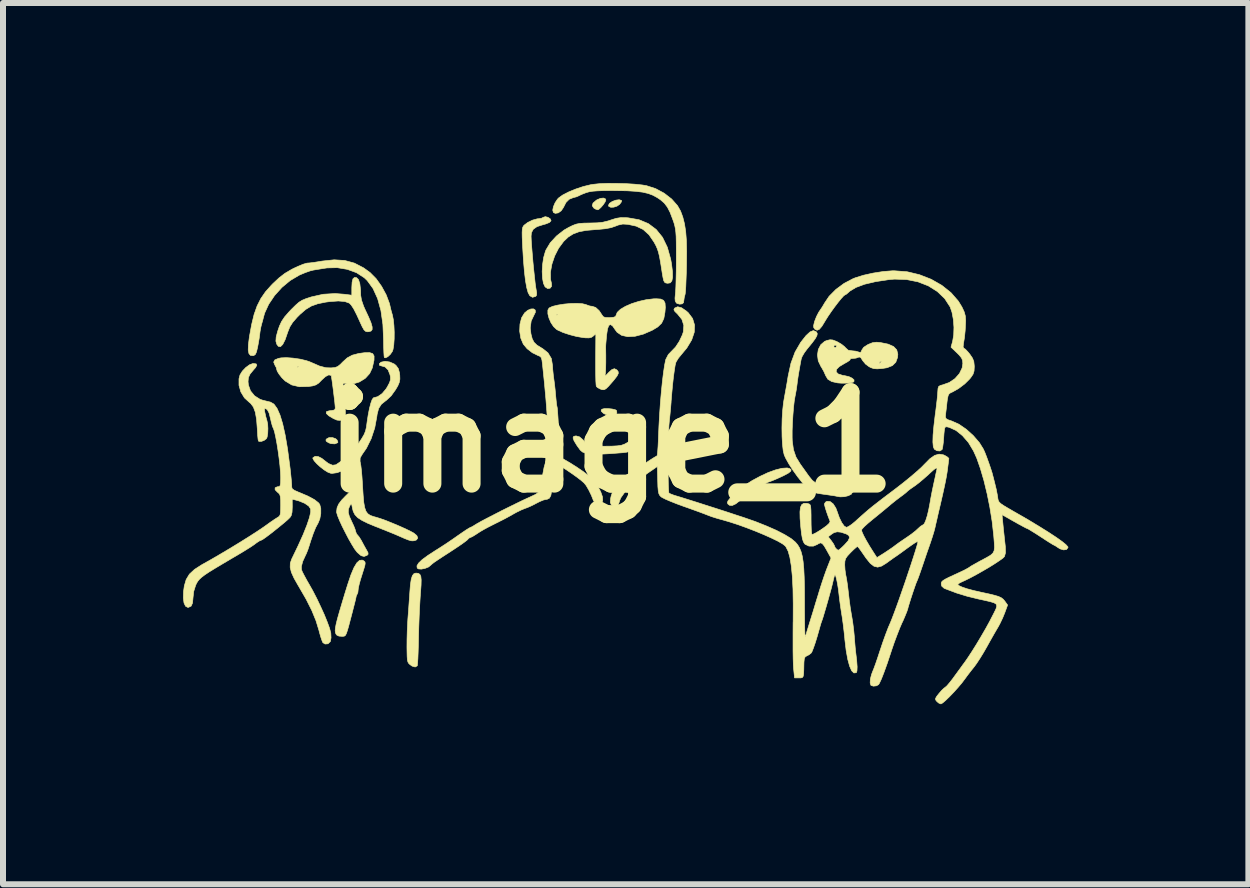
<source format=kicad_pcb>
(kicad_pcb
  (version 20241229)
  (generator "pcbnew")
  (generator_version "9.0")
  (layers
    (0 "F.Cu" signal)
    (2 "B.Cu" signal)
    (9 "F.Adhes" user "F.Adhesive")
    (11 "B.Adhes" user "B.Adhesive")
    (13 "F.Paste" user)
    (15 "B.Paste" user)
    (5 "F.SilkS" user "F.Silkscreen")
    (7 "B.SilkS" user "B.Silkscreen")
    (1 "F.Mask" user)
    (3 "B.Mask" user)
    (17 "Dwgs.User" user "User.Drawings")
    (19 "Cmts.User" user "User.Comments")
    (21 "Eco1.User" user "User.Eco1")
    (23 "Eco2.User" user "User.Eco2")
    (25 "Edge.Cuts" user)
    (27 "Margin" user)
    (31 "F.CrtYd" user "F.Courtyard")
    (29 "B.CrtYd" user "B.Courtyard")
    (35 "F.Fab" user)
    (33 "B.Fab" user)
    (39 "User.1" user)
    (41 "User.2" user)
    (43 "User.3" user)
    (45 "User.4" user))
  (footprint "image_1"
    (layer "F.Cu")
    (at 7.13 4.319)
    (property "Reference" "image_1" (at 0 0 0) (layer "F.SilkS") (effects (font (size 1.524 1.524) (thickness 0.3))))
    (attr through_hole)
    (fp_poly (pts (xy -4.587 -0.059) (xy -4.564 -0.038) (xy -4.55 -0.005) (xy -4.552 0.007) (xy -4.601 0.027) (xy -4.666 0.023) (xy -4.706 0.008) (xy -4.745 -0.018) (xy -4.749 -0.04) (xy -4.739 -0.055) (xy -4.697 -0.078) (xy -4.64 -0.078) (xy -4.587 -0.059)) (stroke (width 0.01) (type solid)) (fill yes) (layer "F.SilkS"))
    (fp_poly (pts (xy 3.907 -0.481) (xy 3.989 -0.465) (xy 4.032 -0.439) (xy 4.038 -0.401) (xy 4.036 -0.393) (xy 4.006 -0.368) (xy 3.955 -0.36) (xy 3.897 -0.368) (xy 3.85 -0.393) (xy 3.845 -0.399) (xy 3.812 -0.446) (xy 3.816 -0.474) (xy 3.857 -0.484) (xy 3.907 -0.481)) (stroke (width 0.01) (type solid)) (fill yes) (layer "F.SilkS"))
    (fp_poly (pts (xy 0.176 -4.029) (xy 0.177 -4.029) (xy 0.174 -4.005) (xy 0.147 -3.968) (xy 0.145 -3.965) (xy 0.1 -3.934) (xy 0.046 -3.917) (xy -0.003 -3.915) (xy -0.036 -3.93) (xy -0.042 -3.947) (xy -0.024 -3.981) (xy 0.022 -4.012) (xy 0.081 -4.034) (xy 0.137 -4.041) (xy 0.176 -4.029)) (stroke (width 0.01) (type solid)) (fill yes) (layer "F.SilkS"))
    (fp_poly (pts (xy -0.091 -4.054) (xy -0.085 -4.037) (xy -0.098 -4.003) (xy -0.13 -3.956) (xy -0.169 -3.911) (xy -0.204 -3.88) (xy -0.219 -3.873) (xy -0.257 -3.885) (xy -0.285 -3.902) (xy -0.312 -3.941) (xy -0.299 -3.985) (xy -0.245 -4.032) (xy -0.232 -4.04) (xy -0.175 -4.064) (xy -0.124 -4.069) (xy -0.091 -4.054)) (stroke (width 0.01) (type solid)) (fill yes) (layer "F.SilkS"))
    (fp_poly (pts (xy 0.02 -0.554) (xy 0.073 -0.541) (xy 0.091 -0.531) (xy 0.098 -0.5) (xy 0.094 -0.48) (xy 0.063 -0.453) (xy 0.009 -0.444) (xy -0.055 -0.451) (xy -0.114 -0.475) (xy -0.13 -0.486) (xy -0.162 -0.518) (xy -0.162 -0.538) (xy -0.148 -0.551) (xy -0.109 -0.561) (xy -0.047 -0.561) (xy 0.02 -0.554)) (stroke (width 0.01) (type solid)) (fill yes) (layer "F.SilkS"))
    (fp_poly (pts (xy 2.972 0.436) (xy 3.001 0.456) (xy 2.997 0.481) (xy 2.956 0.514) (xy 2.878 0.556) (xy 2.833 0.577) (xy 2.755 0.612) (xy 2.691 0.639) (xy 2.651 0.654) (xy 2.644 0.656) (xy 2.612 0.668) (xy 2.554 0.698) (xy 2.478 0.743) (xy 2.394 0.796) (xy 2.309 0.852) (xy 2.233 0.906) (xy 2.172 0.952) (xy 2.158 0.964) (xy 2.08 1.026) (xy 2.02 1.054) (xy 1.975 1.05) (xy 1.948 1.028) (xy 1.939 1.005) (xy 1.951 0.975) (xy 1.987 0.93) (xy 2.022 0.89) (xy 2.115 0.804) (xy 2.228 0.718) (xy 2.354 0.638) (xy 2.486 0.567) (xy 2.617 0.506) (xy 2.74 0.461) (xy 2.848 0.434) (xy 2.935 0.428) (xy 2.972 0.436)) (stroke (width 0.01) (type solid)) (fill yes) (layer "F.SilkS"))
    (fp_poly (pts (xy -3.211 2.184) (xy -3.184 2.201) (xy -3.168 2.235) (xy -3.162 2.293) (xy -3.164 2.381) (xy -3.173 2.505) (xy -3.174 2.513) (xy -3.181 2.62) (xy -3.189 2.758) (xy -3.196 2.915) (xy -3.202 3.078) (xy -3.206 3.236) (xy -3.206 3.244) (xy -3.209 3.38) (xy -3.213 3.502) (xy -3.217 3.604) (xy -3.222 3.678) (xy -3.226 3.72) (xy -3.228 3.725) (xy -3.262 3.745) (xy -3.313 3.73) (xy -3.347 3.706) (xy -3.369 3.686) (xy -3.383 3.662) (xy -3.392 3.626) (xy -3.396 3.569) (xy -3.398 3.483) (xy -3.399 3.415) (xy -3.398 3.284) (xy -3.394 3.137) (xy -3.387 2.998) (xy -3.383 2.932) (xy -3.373 2.81) (xy -3.364 2.678) (xy -3.355 2.557) (xy -3.352 2.508) (xy -3.342 2.377) (xy -3.328 2.284) (xy -3.309 2.223) (xy -3.283 2.19) (xy -3.25 2.18) (xy -3.25 2.18) (xy -3.211 2.184)) (stroke (width 0.01) (type solid)) (fill yes) (layer "F.SilkS"))
    (fp_poly (pts (xy -0.524 -0.09) (xy -0.465 -0.04) (xy -0.42 0.018) (xy -0.404 0.037) (xy -0.383 0.05) (xy -0.349 0.058) (xy -0.294 0.063) (xy -0.212 0.065) (xy -0.111 0.066) (xy 0.014 0.065) (xy 0.106 0.06) (xy 0.175 0.05) (xy 0.23 0.03) (xy 0.283 -0.000315) (xy 0.341 -0.044) (xy 0.343 -0.046) (xy 0.386 -0.075) (xy 0.416 -0.076) (xy 0.433 -0.064) (xy 0.46 -0.031) (xy 0.458 0.007) (xy 0.424 0.055) (xy 0.389 0.091) (xy 0.349 0.127) (xy 0.312 0.15) (xy 0.266 0.165) (xy 0.198 0.174) (xy 0.13 0.179) (xy -0.014 0.19) (xy -0.124 0.196) (xy -0.207 0.199) (xy -0.273 0.199) (xy -0.328 0.195) (xy -0.36 0.191) (xy -0.428 0.18) (xy -0.474 0.163) (xy -0.511 0.131) (xy -0.552 0.075) (xy -0.57 0.049) (xy -0.615 -0.025) (xy -0.632 -0.073) (xy -0.621 -0.098) (xy -0.583 -0.106) (xy -0.582 -0.106) (xy -0.524 -0.09)) (stroke (width 0.01) (type solid)) (fill yes) (layer "F.SilkS"))
    (fp_poly (pts (xy -4.118 1.976) (xy -4.101 1.991) (xy -4.095 2.012) (xy -4.099 2.046) (xy -4.115 2.103) (xy -4.143 2.191) (xy -4.146 2.201) (xy -4.175 2.293) (xy -4.197 2.375) (xy -4.21 2.436) (xy -4.212 2.455) (xy -4.217 2.503) (xy -4.227 2.527) (xy -4.243 2.559) (xy -4.247 2.578) (xy -4.254 2.613) (xy -4.27 2.678) (xy -4.292 2.763) (xy -4.308 2.826) (xy -4.344 2.963) (xy -4.371 3.066) (xy -4.392 3.138) (xy -4.408 3.185) (xy -4.422 3.213) (xy -4.435 3.227) (xy -4.451 3.232) (xy -4.472 3.234) (xy -4.478 3.234) (xy -4.532 3.23) (xy -4.567 3.214) (xy -4.582 3.195) (xy -4.591 3.172) (xy -4.595 3.139) (xy -4.591 3.092) (xy -4.579 3.029) (xy -4.558 2.944) (xy -4.527 2.834) (xy -4.486 2.695) (xy -4.434 2.522) (xy -4.387 2.371) (xy -4.333 2.21) (xy -4.283 2.091) (xy -4.235 2.01) (xy -4.189 1.968) (xy -4.144 1.963) (xy -4.118 1.976)) (stroke (width 0.01) (type solid)) (fill yes) (layer "F.SilkS"))
    (fp_poly (pts (xy -1.049 -3.748) (xy -1.012 -3.723) (xy -0.998 -3.692) (xy -0.999 -3.69) (xy -1.025 -3.662) (xy -1.094 -3.635) (xy -1.132 -3.625) (xy -1.232 -3.593) (xy -1.294 -3.55) (xy -1.325 -3.492) (xy -1.331 -3.433) (xy -1.328 -3.361) (xy -1.321 -3.259) (xy -1.311 -3.138) (xy -1.3 -3.007) (xy -1.287 -2.876) (xy -1.274 -2.755) (xy -1.263 -2.653) (xy -1.253 -2.58) (xy -1.25 -2.563) (xy -1.238 -2.491) (xy -1.24 -2.45) (xy -1.254 -2.431) (xy -1.306 -2.415) (xy -1.35 -2.44) (xy -1.353 -2.443) (xy -1.38 -2.492) (xy -1.403 -2.574) (xy -1.424 -2.691) (xy -1.442 -2.843) (xy -1.458 -3.033) (xy -1.472 -3.264) (xy -1.474 -3.305) (xy -1.479 -3.418) (xy -1.48 -3.496) (xy -1.477 -3.548) (xy -1.47 -3.581) (xy -1.457 -3.605) (xy -1.446 -3.617) (xy -1.387 -3.662) (xy -1.307 -3.701) (xy -1.228 -3.723) (xy -1.201 -3.725) (xy -1.153 -3.734) (xy -1.13 -3.747) (xy -1.094 -3.759) (xy -1.049 -3.748)) (stroke (width 0.01) (type solid)) (fill yes) (layer "F.SilkS"))
    (fp_poly (pts (xy -4.239 -2.743) (xy -4.207 -2.711) (xy -4.184 -2.64) (xy -4.172 -2.533) (xy -4.17 -2.449) (xy -4.157 -2.37) (xy -4.122 -2.268) (xy -4.098 -2.214) (xy -4.038 -2.086) (xy -3.998 -1.99) (xy -3.979 -1.922) (xy -3.979 -1.878) (xy -3.998 -1.853) (xy -4.037 -1.842) (xy -4.059 -1.841) (xy -4.088 -1.848) (xy -4.115 -1.873) (xy -4.144 -1.924) (xy -4.172 -1.984) (xy -4.235 -2.122) (xy -4.286 -2.222) (xy -4.328 -2.286) (xy -4.359 -2.318) (xy -4.434 -2.345) (xy -4.543 -2.354) (xy -4.683 -2.344) (xy -4.752 -2.335) (xy -4.885 -2.308) (xy -4.992 -2.27) (xy -5.085 -2.214) (xy -5.179 -2.133) (xy -5.23 -2.082) (xy -5.303 -1.998) (xy -5.351 -1.922) (xy -5.385 -1.837) (xy -5.387 -1.831) (xy -5.429 -1.709) (xy -5.469 -1.63) (xy -5.506 -1.593) (xy -5.542 -1.598) (xy -5.568 -1.633) (xy -5.583 -1.685) (xy -5.578 -1.755) (xy -5.553 -1.85) (xy -5.524 -1.935) (xy -5.488 -2.013) (xy -5.437 -2.089) (xy -5.363 -2.174) (xy -5.326 -2.213) (xy -5.254 -2.284) (xy -5.198 -2.333) (xy -5.145 -2.366) (xy -5.083 -2.392) (xy -5 -2.419) (xy -4.995 -2.421) (xy -4.795 -2.466) (xy -4.596 -2.478) (xy -4.44 -2.466) (xy -4.318 -2.45) (xy -4.318 -2.575) (xy -4.313 -2.667) (xy -4.299 -2.723) (xy -4.273 -2.746) (xy -4.239 -2.743)) (stroke (width 0.01) (type solid)) (fill yes) (layer "F.SilkS"))
    (fp_poly (pts (xy -1.262 -2.203) (xy -1.259 -2.166) (xy -1.276 -2.132) (xy -1.329 -2.021) (xy -1.345 -1.905) (xy -1.333 -1.805) (xy -1.312 -1.724) (xy -1.282 -1.666) (xy -1.234 -1.619) (xy -1.157 -1.571) (xy -1.142 -1.563) (xy -1.05 -1.49) (xy -0.993 -1.395) (xy -0.974 -1.281) (xy -0.974 -1.281) (xy -0.97 -1.211) (xy -0.961 -1.124) (xy -0.954 -1.069) (xy -0.942 -0.982) (xy -0.93 -0.875) (xy -0.921 -0.773) (xy -0.913 -0.693) (xy -0.906 -0.629) (xy -0.9 -0.594) (xy -0.898 -0.591) (xy -0.894 -0.565) (xy -0.889 -0.506) (xy -0.883 -0.421) (xy -0.877 -0.319) (xy -0.876 -0.298) (xy -0.872 -0.153) (xy -0.874 -0.045) (xy -0.885 0.03) (xy -0.905 0.078) (xy -0.936 0.101) (xy -0.966 0.106) (xy -1.008 0.096) (xy -1.025 0.079) (xy -1.029 0.051) (xy -1.035 -0.013) (xy -1.042 -0.105) (xy -1.05 -0.217) (xy -1.057 -0.339) (xy -1.066 -0.478) (xy -1.075 -0.602) (xy -1.084 -0.718) (xy -1.095 -0.838) (xy -1.107 -0.971) (xy -1.123 -1.127) (xy -1.141 -1.3) (xy -1.15 -1.371) (xy -1.162 -1.411) (xy -1.185 -1.433) (xy -1.217 -1.446) (xy -1.309 -1.491) (xy -1.397 -1.559) (xy -1.461 -1.636) (xy -1.503 -1.736) (xy -1.521 -1.851) (xy -1.516 -1.968) (xy -1.489 -2.074) (xy -1.439 -2.155) (xy -1.386 -2.199) (xy -1.334 -2.221) (xy -1.289 -2.222) (xy -1.262 -2.203)) (stroke (width 0.01) (type solid)) (fill yes) (layer "F.SilkS"))
    (fp_poly (pts (xy 0.25 -3.742) (xy 0.284 -3.74) (xy 0.467 -3.708) (xy 0.623 -3.643) (xy 0.754 -3.545) (xy 0.859 -3.415) (xy 0.939 -3.25) (xy 0.995 -3.051) (xy 1.009 -2.973) (xy 1.025 -2.843) (xy 1.027 -2.749) (xy 1.015 -2.689) (xy 0.988 -2.656) (xy 0.944 -2.649) (xy 0.937 -2.65) (xy 0.911 -2.655) (xy 0.893 -2.667) (xy 0.879 -2.694) (xy 0.867 -2.745) (xy 0.853 -2.826) (xy 0.845 -2.879) (xy 0.825 -3.005) (xy 0.808 -3.098) (xy 0.791 -3.168) (xy 0.772 -3.225) (xy 0.749 -3.277) (xy 0.718 -3.334) (xy 0.634 -3.457) (xy 0.537 -3.545) (xy 0.42 -3.601) (xy 0.282 -3.631) (xy 0.197 -3.636) (xy 0.121 -3.619) (xy 0.075 -3.601) (xy 0.002 -3.576) (xy -0.091 -3.558) (xy -0.213 -3.546) (xy -0.261 -3.543) (xy -0.414 -3.53) (xy -0.534 -3.507) (xy -0.63 -3.471) (xy -0.711 -3.42) (xy -0.786 -3.349) (xy -0.791 -3.343) (xy -0.873 -3.232) (xy -0.938 -3.104) (xy -0.984 -2.968) (xy -1.008 -2.835) (xy -1.007 -2.715) (xy -0.991 -2.648) (xy -0.989 -2.599) (xy -1.014 -2.567) (xy -1.055 -2.561) (xy -1.096 -2.588) (xy -1.097 -2.588) (xy -1.125 -2.648) (xy -1.141 -2.737) (xy -1.146 -2.846) (xy -1.139 -2.962) (xy -1.122 -3.077) (xy -1.093 -3.178) (xy -1.083 -3.204) (xy -1.011 -3.324) (xy -0.907 -3.437) (xy -0.782 -3.535) (xy -0.705 -3.579) (xy -0.636 -3.613) (xy -0.58 -3.634) (xy -0.522 -3.646) (xy -0.45 -3.651) (xy -0.35 -3.653) (xy -0.23 -3.656) (xy -0.137 -3.666) (xy -0.054 -3.686) (xy -0.002 -3.703) (xy 0.086 -3.731) (xy 0.163 -3.743) (xy 0.25 -3.742)) (stroke (width 0.01) (type solid)) (fill yes) (layer "F.SilkS"))
    (fp_poly (pts (xy 3.416 -1.844) (xy 3.428 -1.832) (xy 3.438 -1.808) (xy 3.431 -1.776) (xy 3.405 -1.728) (xy 3.356 -1.661) (xy 3.281 -1.569) (xy 3.27 -1.556) (xy 3.221 -1.49) (xy 3.184 -1.426) (xy 3.17 -1.386) (xy 3.159 -1.329) (xy 3.145 -1.251) (xy 3.137 -1.206) (xy 3.121 -1.112) (xy 3.106 -1.011) (xy 3.102 -0.974) (xy 3.09 -0.885) (xy 3.074 -0.796) (xy 3.067 -0.762) (xy 3.054 -0.685) (xy 3.042 -0.578) (xy 3.032 -0.452) (xy 3.024 -0.319) (xy 3.019 -0.192) (xy 3.019 -0.081) (xy 3.021 -0.021) (xy 3.041 0.124) (xy 3.083 0.247) (xy 3.154 0.363) (xy 3.16 0.372) (xy 3.212 0.444) (xy 3.271 0.527) (xy 3.302 0.57) (xy 3.354 0.634) (xy 3.414 0.68) (xy 3.492 0.713) (xy 3.593 0.736) (xy 3.727 0.751) (xy 3.767 0.755) (xy 3.88 0.765) (xy 3.957 0.78) (xy 4.001 0.799) (xy 4.02 0.825) (xy 4.022 0.837) (xy 4.003 0.867) (xy 3.954 0.891) (xy 3.888 0.907) (xy 3.818 0.91) (xy 3.757 0.899) (xy 3.728 0.893) (xy 3.667 0.884) (xy 3.586 0.872) (xy 3.547 0.867) (xy 3.455 0.853) (xy 3.392 0.839) (xy 3.346 0.819) (xy 3.303 0.788) (xy 3.259 0.749) (xy 3.19 0.675) (xy 3.112 0.577) (xy 3.034 0.468) (xy 2.964 0.36) (xy 2.91 0.263) (xy 2.887 0.211) (xy 2.87 0.139) (xy 2.858 0.033) (xy 2.851 -0.095) (xy 2.849 -0.238) (xy 2.852 -0.386) (xy 2.861 -0.529) (xy 2.875 -0.659) (xy 2.887 -0.73) (xy 2.908 -0.845) (xy 2.931 -0.973) (xy 2.95 -1.088) (xy 2.952 -1.101) (xy 2.999 -1.317) (xy 3.068 -1.503) (xy 3.162 -1.665) (xy 3.252 -1.779) (xy 3.318 -1.839) (xy 3.372 -1.861) (xy 3.416 -1.844)) (stroke (width 0.01) (type solid)) (fill yes) (layer "F.SilkS"))
    (fp_poly (pts (xy -4.436 -3.029) (xy -4.275 -2.985) (xy -4.122 -2.906) (xy -4.013 -2.827) (xy -3.914 -2.727) (xy -3.822 -2.598) (xy -3.745 -2.456) (xy -3.691 -2.313) (xy -3.675 -2.244) (xy -3.666 -2.205) (xy -3.649 -2.145) (xy -3.641 -2.117) (xy -3.626 -2.042) (xy -3.616 -1.943) (xy -3.611 -1.833) (xy -3.612 -1.722) (xy -3.619 -1.623) (xy -3.631 -1.547) (xy -3.641 -1.516) (xy -3.676 -1.465) (xy -3.718 -1.426) (xy -3.755 -1.407) (xy -3.775 -1.411) (xy -3.78 -1.436) (xy -3.784 -1.496) (xy -3.787 -1.581) (xy -3.789 -1.683) (xy -3.789 -1.702) (xy -3.8 -1.963) (xy -3.833 -2.194) (xy -3.888 -2.394) (xy -3.964 -2.561) (xy -4.06 -2.693) (xy -4.11 -2.741) (xy -4.239 -2.825) (xy -4.393 -2.881) (xy -4.56 -2.909) (xy -4.731 -2.905) (xy -4.772 -2.899) (xy -4.853 -2.886) (xy -4.932 -2.873) (xy -4.957 -2.869) (xy -5.014 -2.855) (xy -5.093 -2.827) (xy -5.179 -2.791) (xy -5.198 -2.782) (xy -5.345 -2.695) (xy -5.483 -2.58) (xy -5.605 -2.445) (xy -5.703 -2.299) (xy -5.771 -2.151) (xy -5.789 -2.085) (xy -5.806 -2.019) (xy -5.821 -1.968) (xy -5.834 -1.916) (xy -5.847 -1.843) (xy -5.851 -1.81) (xy -5.862 -1.727) (xy -5.879 -1.63) (xy -5.889 -1.577) (xy -5.907 -1.504) (xy -5.925 -1.464) (xy -5.95 -1.446) (xy -5.964 -1.443) (xy -6.006 -1.447) (xy -6.032 -1.477) (xy -6.044 -1.535) (xy -6.041 -1.626) (xy -6.025 -1.753) (xy -6.024 -1.76) (xy -5.987 -1.962) (xy -5.946 -2.13) (xy -5.896 -2.271) (xy -5.834 -2.394) (xy -5.757 -2.506) (xy -5.66 -2.615) (xy -5.635 -2.641) (xy -5.53 -2.739) (xy -5.433 -2.814) (xy -5.326 -2.877) (xy -5.292 -2.895) (xy -5.207 -2.934) (xy -5.132 -2.965) (xy -5.077 -2.982) (xy -5.061 -2.985) (xy -5.019 -2.988) (xy -4.947 -2.997) (xy -4.858 -3.011) (xy -4.81 -3.019) (xy -4.612 -3.04) (xy -4.436 -3.029)) (stroke (width 0.01) (type solid)) (fill yes) (layer "F.SilkS"))
    (fp_poly (pts (xy -3.97 -1.477) (xy -3.947 -1.437) (xy -3.948 -1.369) (xy -3.95 -1.359) (xy -3.977 -1.238) (xy -4.021 -1.145) (xy -4.088 -1.071) (xy -4.1 -1.061) (xy -4.193 -1.004) (xy -4.295 -0.973) (xy -4.392 -0.973) (xy -4.411 -0.977) (xy -4.45 -0.985) (xy -4.465 -0.975) (xy -4.462 -0.936) (xy -4.459 -0.915) (xy -4.452 -0.859) (xy -4.444 -0.775) (xy -4.435 -0.677) (xy -4.432 -0.627) (xy -4.426 -0.529) (xy -4.425 -0.466) (xy -4.429 -0.426) (xy -4.44 -0.403) (xy -4.456 -0.388) (xy -4.508 -0.364) (xy -4.565 -0.369) (xy -4.625 -0.395) (xy -4.702 -0.441) (xy -4.742 -0.479) (xy -4.743 -0.506) (xy -4.737 -0.511) (xy -4.696 -0.524) (xy -4.651 -0.529) (xy -4.606 -0.538) (xy -4.593 -0.567) (xy -4.596 -0.603) (xy -4.602 -0.668) (xy -4.612 -0.751) (xy -4.623 -0.844) (xy -4.635 -0.936) (xy -4.646 -1.017) (xy -4.655 -1.078) (xy -4.66 -1.11) (xy -4.661 -1.112) (xy -4.701 -1.123) (xy -4.756 -1.095) (xy -4.818 -1.039) (xy -4.87 -0.986) (xy -4.916 -0.956) (xy -4.971 -0.939) (xy -5.04 -0.929) (xy -5.191 -0.925) (xy -5.319 -0.955) (xy -5.428 -1.021) (xy -5.483 -1.075) (xy -5.528 -1.132) (xy -5.559 -1.181) (xy -5.567 -1.205) (xy -5.578 -1.248) (xy -5.585 -1.259) (xy -5.228 -1.259) (xy -5.218 -1.249) (xy -5.207 -1.259) (xy -5.218 -1.27) (xy -5.228 -1.259) (xy -5.585 -1.259) (xy -5.6 -1.287) (xy -5.62 -1.336) (xy -5.601 -1.372) (xy -5.542 -1.397) (xy -5.497 -1.406) (xy -5.408 -1.41) (xy -5.297 -1.402) (xy -5.18 -1.385) (xy -5.076 -1.36) (xy -5.023 -1.342) (xy -4.948 -1.31) (xy -4.868 -1.275) (xy -4.857 -1.27) (xy -4.75 -1.242) (xy -4.664 -1.239) (xy -4.599 -1.245) (xy -4.553 -1.262) (xy -4.508 -1.298) (xy -4.468 -1.339) (xy -4.394 -1.406) (xy -4.31 -1.451) (xy -4.204 -1.479) (xy -4.108 -1.492) (xy -4.022 -1.494) (xy -3.97 -1.477)) (stroke (width 0.01) (type solid)) (fill yes) (layer "F.SilkS"))
    (fp_poly (pts (xy 0.098 -4.313) (xy 0.252 -4.309) (xy 0.397 -4.3) (xy 0.522 -4.287) (xy 0.593 -4.275) (xy 0.744 -4.226) (xy 0.886 -4.15) (xy 1.011 -4.053) (xy 1.109 -3.942) (xy 1.16 -3.852) (xy 1.197 -3.752) (xy 1.225 -3.641) (xy 1.245 -3.513) (xy 1.257 -3.362) (xy 1.261 -3.181) (xy 1.259 -2.965) (xy 1.256 -2.829) (xy 1.251 -2.704) (xy 1.247 -2.599) (xy 1.242 -2.52) (xy 1.237 -2.474) (xy 1.236 -2.468) (xy 1.221 -2.41) (xy 1.217 -2.381) (xy 1.211 -2.34) (xy 1.209 -2.326) (xy 1.187 -2.306) (xy 1.145 -2.301) (xy 1.103 -2.312) (xy 1.089 -2.322) (xy 1.071 -2.353) (xy 1.067 -2.401) (xy 1.073 -2.463) (xy 1.078 -2.516) (xy 1.082 -2.603) (xy 1.085 -2.717) (xy 1.088 -2.851) (xy 1.089 -2.995) (xy 1.089 -3.059) (xy 1.089 -3.215) (xy 1.088 -3.336) (xy 1.086 -3.429) (xy 1.081 -3.5) (xy 1.074 -3.556) (xy 1.064 -3.605) (xy 1.051 -3.653) (xy 1.032 -3.707) (xy 1.03 -3.713) (xy 0.985 -3.831) (xy 0.94 -3.918) (xy 0.888 -3.986) (xy 0.821 -4.043) (xy 0.772 -4.076) (xy 0.701 -4.115) (xy 0.622 -4.145) (xy 0.528 -4.167) (xy 0.413 -4.181) (xy 0.271 -4.19) (xy 0.095 -4.193) (xy 0.025 -4.194) (xy -0.116 -4.193) (xy -0.223 -4.189) (xy -0.303 -4.183) (xy -0.364 -4.173) (xy -0.414 -4.159) (xy -0.419 -4.157) (xy -0.481 -4.133) (xy -0.527 -4.112) (xy -0.54 -4.105) (xy -0.574 -4.09) (xy -0.627 -4.076) (xy -0.628 -4.076) (xy -0.696 -4.049) (xy -0.749 -3.996) (xy -0.792 -3.912) (xy -0.829 -3.857) (xy -0.878 -3.822) (xy -0.928 -3.814) (xy -0.959 -3.829) (xy -0.97 -3.867) (xy -0.959 -3.924) (xy -0.931 -3.99) (xy -0.892 -4.049) (xy -0.874 -4.069) (xy -0.805 -4.119) (xy -0.706 -4.17) (xy -0.587 -4.219) (xy -0.461 -4.261) (xy -0.338 -4.291) (xy -0.294 -4.298) (xy -0.187 -4.309) (xy -0.053 -4.314) (xy 0.098 -4.313)) (stroke (width 0.01) (type solid)) (fill yes) (layer "F.SilkS"))
    (fp_poly (pts (xy 3.696 -1.704) (xy 3.751 -1.683) (xy 3.779 -1.67) (xy 3.843 -1.632) (xy 3.894 -1.591) (xy 3.911 -1.572) (xy 3.953 -1.534) (xy 4.015 -1.524) (xy 4.077 -1.518) (xy 4.126 -1.504) (xy 4.127 -1.503) (xy 4.158 -1.495) (xy 4.175 -1.52) (xy 4.178 -1.533) (xy 4.211 -1.582) (xy 4.282 -1.628) (xy 4.286 -1.63) (xy 4.359 -1.659) (xy 4.425 -1.667) (xy 4.491 -1.661) (xy 4.619 -1.635) (xy 4.709 -1.595) (xy 4.762 -1.539) (xy 4.78 -1.467) (xy 4.775 -1.413) (xy 4.746 -1.333) (xy 4.689 -1.277) (xy 4.601 -1.242) (xy 4.52 -1.229) (xy 4.437 -1.223) (xy 4.379 -1.227) (xy 4.33 -1.244) (xy 4.301 -1.259) (xy 4.242 -1.303) (xy 4.233 -1.314) (xy 4.471 -1.314) (xy 4.474 -1.312) (xy 4.494 -1.327) (xy 4.498 -1.333) (xy 4.503 -1.353) (xy 4.5 -1.355) (xy 4.481 -1.34) (xy 4.477 -1.333) (xy 4.471 -1.314) (xy 4.233 -1.314) (xy 4.196 -1.358) (xy 4.189 -1.369) (xy 4.161 -1.413) (xy 4.134 -1.421) (xy 4.126 -1.417) (xy 4.083 -1.402) (xy 4.034 -1.397) (xy 3.995 -1.393) (xy 3.987 -1.383) (xy 3.987 -1.382) (xy 3.978 -1.366) (xy 3.939 -1.339) (xy 3.892 -1.313) (xy 3.805 -1.261) (xy 3.758 -1.214) (xy 3.753 -1.172) (xy 3.787 -1.138) (xy 3.862 -1.114) (xy 3.896 -1.109) (xy 3.966 -1.093) (xy 4.02 -1.067) (xy 4.05 -1.039) (xy 4.049 -1.012) (xy 4.04 -1.003) (xy 3.997 -0.991) (xy 3.928 -0.985) (xy 3.846 -0.984) (xy 3.778 -0.989) (xy 3.679 -1.011) (xy 3.614 -1.05) (xy 3.578 -1.11) (xy 3.577 -1.112) (xy 3.549 -1.176) (xy 3.51 -1.246) (xy 3.498 -1.264) (xy 3.454 -1.356) (xy 3.441 -1.454) (xy 3.455 -1.547) (xy 3.479 -1.592) (xy 3.713 -1.592) (xy 3.716 -1.586) (xy 3.742 -1.575) (xy 3.748 -1.578) (xy 3.759 -1.604) (xy 3.756 -1.61) (xy 3.73 -1.621) (xy 3.724 -1.618) (xy 3.713 -1.592) (xy 3.479 -1.592) (xy 3.496 -1.625) (xy 3.561 -1.681) (xy 3.596 -1.695) (xy 3.65 -1.708) (xy 3.696 -1.704)) (stroke (width 0.01) (type solid)) (fill yes) (layer "F.SilkS"))
    (fp_poly (pts (xy 0.83 -2.386) (xy 0.877 -2.364) (xy 0.901 -2.32) (xy 0.906 -2.247) (xy 0.9 -2.168) (xy 0.881 -2.062) (xy 0.844 -1.984) (xy 0.78 -1.922) (xy 0.691 -1.868) (xy 0.54 -1.802) (xy 0.402 -1.766) (xy 0.28 -1.759) (xy 0.179 -1.781) (xy 0.102 -1.833) (xy 0.072 -1.873) (xy 0.028 -1.937) (xy -0.008 -1.962) (xy -0.036 -1.946) (xy -0.057 -1.889) (xy -0.072 -1.79) (xy -0.073 -1.782) (xy -0.08 -1.7) (xy -0.086 -1.632) (xy -0.088 -1.591) (xy -0.088 -1.587) (xy -0.086 -1.451) (xy -0.086 -1.33) (xy -0.088 -1.232) (xy -0.091 -1.164) (xy -0.094 -1.143) (xy -0.099 -1.112) (xy -0.091 -1.109) (xy -0.065 -1.133) (xy -0.042 -1.159) (xy 0.014 -1.21) (xy 0.057 -1.226) (xy 0.096 -1.207) (xy 0.102 -1.202) (xy 0.121 -1.175) (xy 0.122 -1.145) (xy 0.101 -1.103) (xy 0.055 -1.043) (xy 0.016 -0.997) (xy -0.043 -0.93) (xy -0.084 -0.891) (xy -0.116 -0.875) (xy -0.148 -0.876) (xy -0.183 -0.889) (xy -0.226 -0.913) (xy -0.244 -0.932) (xy -0.248 -0.959) (xy -0.252 -1.023) (xy -0.254 -1.115) (xy -0.255 -1.229) (xy -0.255 -1.358) (xy -0.255 -1.382) (xy -0.252 -1.808) (xy -0.295 -1.769) (xy -0.326 -1.748) (xy -0.366 -1.739) (xy -0.427 -1.74) (xy -0.47 -1.745) (xy -0.575 -1.763) (xy -0.69 -1.793) (xy -0.799 -1.829) (xy -0.885 -1.868) (xy -0.905 -1.879) (xy -0.956 -1.927) (xy -1 -1.993) (xy -1.033 -2.069) (xy -1.048 -2.127) (xy -0.91 -2.127) (xy -0.9 -2.117) (xy -0.889 -2.127) (xy -0.9 -2.138) (xy -0.91 -2.127) (xy -1.048 -2.127) (xy -1.051 -2.142) (xy -1.051 -2.202) (xy -1.031 -2.237) (xy -0.974 -2.264) (xy -0.887 -2.285) (xy -0.782 -2.302) (xy -0.67 -2.312) (xy -0.564 -2.314) (xy -0.475 -2.308) (xy -0.413 -2.293) (xy -0.409 -2.29) (xy -0.351 -2.27) (xy -0.312 -2.265) (xy -0.255 -2.246) (xy -0.197 -2.193) (xy -0.15 -2.122) (xy -0.128 -2.092) (xy -0.095 -2.079) (xy -0.035 -2.077) (xy -0.02 -2.077) (xy 0.045 -2.083) (xy 0.077 -2.096) (xy 0.085 -2.116) (xy 0.105 -2.165) (xy 0.159 -2.216) (xy 0.242 -2.265) (xy 0.346 -2.31) (xy 0.463 -2.347) (xy 0.587 -2.375) (xy 0.71 -2.39) (xy 0.756 -2.391) (xy 0.83 -2.386)) (stroke (width 0.01) (type solid)) (fill yes) (layer "F.SilkS"))
    (fp_poly (pts (xy -0.872 0.241) (xy -0.86 0.246) (xy -0.778 0.288) (xy -0.675 0.348) (xy -0.565 0.418) (xy -0.461 0.489) (xy -0.374 0.555) (xy -0.339 0.584) (xy -0.272 0.656) (xy -0.214 0.742) (xy -0.169 0.83) (xy -0.141 0.911) (xy -0.138 0.974) (xy -0.141 0.985) (xy -0.17 1.01) (xy -0.217 1.016) (xy -0.263 1.005) (xy -0.289 0.979) (xy -0.326 0.885) (xy -0.37 0.795) (xy -0.414 0.72) (xy -0.447 0.679) (xy -0.501 0.632) (xy -0.573 0.577) (xy -0.655 0.519) (xy -0.737 0.463) (xy -0.81 0.417) (xy -0.866 0.386) (xy -0.894 0.375) (xy -0.929 0.386) (xy -0.955 0.43) (xy -0.972 0.508) (xy -0.981 0.624) (xy -0.983 0.701) (xy -0.988 0.812) (xy -1.002 0.888) (xy -1.026 0.932) (xy -1.065 0.951) (xy -1.085 0.953) (xy -1.126 0.963) (xy -1.187 0.988) (xy -1.236 1.013) (xy -1.313 1.053) (xy -1.391 1.088) (xy -1.428 1.101) (xy -1.495 1.128) (xy -1.575 1.167) (xy -1.618 1.191) (xy -1.696 1.235) (xy -1.789 1.285) (xy -1.863 1.322) (xy -1.976 1.379) (xy -2.06 1.422) (xy -2.124 1.457) (xy -2.177 1.488) (xy -2.228 1.521) (xy -2.237 1.527) (xy -2.292 1.562) (xy -2.334 1.584) (xy -2.346 1.587) (xy -2.373 1.603) (xy -2.374 1.606) (xy -2.396 1.629) (xy -2.449 1.67) (xy -2.53 1.727) (xy -2.634 1.796) (xy -2.757 1.876) (xy -2.813 1.912) (xy -2.887 1.961) (xy -2.95 2.004) (xy -2.989 2.035) (xy -2.997 2.043) (xy -3.039 2.078) (xy -3.099 2.102) (xy -3.16 2.114) (xy -3.209 2.11) (xy -3.228 2.096) (xy -3.233 2.06) (xy -3.206 2.014) (xy -3.147 1.957) (xy -3.052 1.887) (xy -2.932 1.809) (xy -2.84 1.751) (xy -2.73 1.679) (xy -2.62 1.604) (xy -2.559 1.561) (xy -2.478 1.505) (xy -2.41 1.459) (xy -2.361 1.429) (xy -2.34 1.418) (xy -2.313 1.407) (xy -2.27 1.38) (xy -2.268 1.379) (xy -2.226 1.353) (xy -2.154 1.313) (xy -2.057 1.262) (xy -1.944 1.204) (xy -1.822 1.141) (xy -1.697 1.079) (xy -1.577 1.02) (xy -1.47 0.968) (xy -1.381 0.927) (xy -1.352 0.914) (xy -1.257 0.869) (xy -1.196 0.825) (xy -1.161 0.773) (xy -1.146 0.703) (xy -1.143 0.622) (xy -1.135 0.525) (xy -1.114 0.416) (xy -1.085 0.315) (xy -1.06 0.254) (xy -1.021 0.222) (xy -0.956 0.218) (xy -0.872 0.241)) (stroke (width 0.01) (type solid)) (fill yes) (layer "F.SilkS"))
    (fp_poly (pts (xy -3.685 -1.337) (xy -3.611 -1.304) (xy -3.581 -1.279) (xy -3.543 -1.227) (xy -3.524 -1.158) (xy -3.519 -1.116) (xy -3.517 -1.051) (xy -3.527 -0.998) (xy -3.551 -0.941) (xy -3.589 -0.876) (xy -3.662 -0.774) (xy -3.741 -0.7) (xy -3.754 -0.691) (xy -3.826 -0.633) (xy -3.871 -0.563) (xy -3.896 -0.467) (xy -3.902 -0.423) (xy -3.936 -0.239) (xy -3.995 -0.061) (xy -4.074 0.099) (xy -4.143 0.199) (xy -4.179 0.26) (xy -4.181 0.315) (xy -4.168 0.384) (xy -4.158 0.465) (xy -4.149 0.569) (xy -4.14 0.705) (xy -4.139 0.73) (xy -4.129 0.884) (xy -4.119 1.001) (xy -4.104 1.087) (xy -4.083 1.148) (xy -4.053 1.19) (xy -4.012 1.218) (xy -3.957 1.238) (xy -3.912 1.25) (xy -3.844 1.271) (xy -3.749 1.305) (xy -3.64 1.349) (xy -3.526 1.397) (xy -3.419 1.445) (xy -3.332 1.488) (xy -3.286 1.513) (xy -3.235 1.555) (xy -3.219 1.595) (xy -3.24 1.627) (xy -3.269 1.638) (xy -3.299 1.643) (xy -3.332 1.641) (xy -3.376 1.628) (xy -3.44 1.603) (xy -3.533 1.562) (xy -3.535 1.561) (xy -3.6 1.533) (xy -3.693 1.495) (xy -3.801 1.452) (xy -3.911 1.408) (xy -3.912 1.408) (xy -4.048 1.352) (xy -4.149 1.302) (xy -4.22 1.256) (xy -4.266 1.207) (xy -4.294 1.153) (xy -4.307 1.101) (xy -4.318 1.045) (xy -4.327 1.026) (xy -4.339 1.039) (xy -4.352 1.06) (xy -4.374 1.114) (xy -4.377 1.169) (xy -4.359 1.235) (xy -4.319 1.323) (xy -4.286 1.393) (xy -4.263 1.452) (xy -4.255 1.484) (xy -4.239 1.527) (xy -4.224 1.544) (xy -4.196 1.578) (xy -4.162 1.632) (xy -4.154 1.647) (xy -4.116 1.718) (xy -4.077 1.788) (xy -4.073 1.794) (xy -4.048 1.841) (xy -4.047 1.867) (xy -4.064 1.884) (xy -4.114 1.903) (xy -4.163 1.89) (xy -4.22 1.842) (xy -4.234 1.827) (xy -4.272 1.777) (xy -4.319 1.7) (xy -4.373 1.606) (xy -4.427 1.502) (xy -4.479 1.399) (xy -4.523 1.303) (xy -4.555 1.224) (xy -4.571 1.17) (xy -4.572 1.16) (xy -4.564 1.093) (xy -4.537 1.03) (xy -4.486 0.962) (xy -4.426 0.9) (xy -4.319 0.794) (xy -4.318 0.585) (xy -4.318 0.376) (xy -4.366 0.411) (xy -4.463 0.469) (xy -4.561 0.507) (xy -4.647 0.519) (xy -4.672 0.516) (xy -4.721 0.497) (xy -4.781 0.459) (xy -4.844 0.41) (xy -4.902 0.357) (xy -4.945 0.309) (xy -4.967 0.271) (xy -4.966 0.258) (xy -4.93 0.235) (xy -4.876 0.239) (xy -4.817 0.269) (xy -4.796 0.286) (xy -4.71 0.353) (xy -4.638 0.383) (xy -4.582 0.375) (xy -4.419 0.262) (xy -4.272 0.109) (xy -4.205 0.017) (xy -4.149 -0.067) (xy -4.112 -0.131) (xy -4.089 -0.189) (xy -4.074 -0.255) (xy -4.063 -0.339) (xy -4.045 -0.457) (xy -4.024 -0.563) (xy -4.001 -0.651) (xy -3.979 -0.712) (xy -3.958 -0.74) (xy -3.955 -0.741) (xy -3.886 -0.76) (xy -3.813 -0.811) (xy -3.748 -0.888) (xy -3.726 -0.923) (xy -3.69 -0.991) (xy -3.674 -1.04) (xy -3.674 -1.086) (xy -3.681 -1.123) (xy -3.713 -1.205) (xy -3.764 -1.255) (xy -3.814 -1.269) (xy -3.855 -1.281) (xy -3.86 -1.308) (xy -3.831 -1.334) (xy -3.764 -1.349) (xy -3.685 -1.337)) (stroke (width 0.01) (type solid)) (fill yes) (layer "F.SilkS"))
    (fp_poly (pts (xy -5.912 -1.306) (xy -5.901 -1.284) (xy -5.923 -1.243) (xy -5.956 -1.206) (xy -6.013 -1.137) (xy -6.041 -1.078) (xy -6.047 -1.01) (xy -6.041 -0.954) (xy -6.006 -0.856) (xy -5.939 -0.774) (xy -5.848 -0.716) (xy -5.804 -0.701) (xy -5.736 -0.684) (xy -5.677 -0.67) (xy -5.673 -0.669) (xy -5.616 -0.636) (xy -5.564 -0.565) (xy -5.515 -0.455) (xy -5.47 -0.307) (xy -5.428 -0.118) (xy -5.389 0.111) (xy -5.353 0.382) (xy -5.345 0.445) (xy -5.334 0.549) (xy -5.325 0.64) (xy -5.32 0.71) (xy -5.319 0.747) (xy -5.319 0.748) (xy -5.311 0.775) (xy -5.275 0.801) (xy -5.205 0.832) (xy -5.196 0.835) (xy -5.048 0.898) (xy -4.939 0.957) (xy -4.871 1.011) (xy -4.852 1.037) (xy -4.835 1.103) (xy -4.835 1.189) (xy -4.851 1.276) (xy -4.88 1.348) (xy -4.883 1.352) (xy -4.92 1.421) (xy -4.961 1.522) (xy -5.003 1.644) (xy -5.026 1.718) (xy -5.05 1.791) (xy -5.077 1.859) (xy -5.086 1.876) (xy -5.136 1.985) (xy -5.159 2.072) (xy -5.157 2.122) (xy -5.142 2.16) (xy -5.109 2.224) (xy -5.066 2.303) (xy -5.033 2.36) (xy -4.967 2.477) (xy -4.9 2.607) (xy -4.836 2.742) (xy -4.776 2.874) (xy -4.727 2.995) (xy -4.69 3.096) (xy -4.67 3.17) (xy -4.668 3.179) (xy -4.664 3.257) (xy -4.674 3.315) (xy -4.677 3.322) (xy -4.715 3.358) (xy -4.763 3.362) (xy -4.8 3.339) (xy -4.814 3.307) (xy -4.835 3.246) (xy -4.858 3.165) (xy -4.866 3.133) (xy -4.915 2.973) (xy -4.985 2.802) (xy -5.079 2.615) (xy -5.201 2.404) (xy -5.209 2.391) (xy -5.28 2.266) (xy -5.325 2.167) (xy -5.345 2.085) (xy -5.343 2.014) (xy -5.32 1.947) (xy -5.319 1.945) (xy -5.214 1.727) (xy -5.129 1.539) (xy -5.066 1.381) (xy -5.024 1.256) (xy -5.003 1.164) (xy -5.004 1.111) (xy -5.036 1.063) (xy -5.103 1.017) (xy -5.198 0.978) (xy -5.254 0.963) (xy -5.311 0.948) (xy -5.31 1.079) (xy -5.314 1.166) (xy -5.328 1.222) (xy -5.348 1.253) (xy -5.384 1.288) (xy -5.441 1.338) (xy -5.513 1.397) (xy -5.591 1.46) (xy -5.668 1.521) (xy -5.737 1.573) (xy -5.79 1.611) (xy -5.821 1.629) (xy -5.823 1.63) (xy -5.854 1.642) (xy -5.899 1.671) (xy -5.902 1.673) (xy -5.947 1.707) (xy -6.002 1.744) (xy -6.072 1.788) (xy -6.165 1.845) (xy -6.287 1.917) (xy -6.318 1.935) (xy -6.475 2.028) (xy -6.599 2.102) (xy -6.695 2.161) (xy -6.767 2.209) (xy -6.82 2.249) (xy -6.857 2.283) (xy -6.884 2.316) (xy -6.904 2.349) (xy -6.92 2.383) (xy -6.952 2.485) (xy -6.964 2.591) (xy -6.972 2.679) (xy -6.996 2.731) (xy -7.04 2.751) (xy -7.05 2.752) (xy -7.088 2.732) (xy -7.114 2.678) (xy -7.125 2.595) (xy -7.122 2.488) (xy -7.109 2.394) (xy -7.078 2.288) (xy -7.024 2.198) (xy -6.939 2.119) (xy -6.819 2.042) (xy -6.814 2.039) (xy -6.664 1.955) (xy -6.503 1.861) (xy -6.338 1.763) (xy -6.176 1.664) (xy -6.026 1.57) (xy -5.894 1.485) (xy -5.787 1.413) (xy -5.742 1.381) (xy -5.67 1.329) (xy -5.604 1.284) (xy -5.558 1.255) (xy -5.551 1.251) (xy -5.528 1.235) (xy -5.513 1.211) (xy -5.506 1.17) (xy -5.504 1.101) (xy -5.503 1.049) (xy -5.504 0.961) (xy -5.509 0.905) (xy -5.519 0.87) (xy -5.539 0.846) (xy -5.559 0.83) (xy -5.596 0.791) (xy -5.596 0.759) (xy -5.56 0.742) (xy -5.544 0.741) (xy -5.524 0.737) (xy -5.511 0.719) (xy -5.505 0.679) (xy -5.503 0.607) (xy -5.503 0.579) (xy -5.507 0.492) (xy -5.516 0.385) (xy -5.53 0.265) (xy -5.547 0.141) (xy -5.566 0.021) (xy -5.586 -0.086) (xy -5.605 -0.172) (xy -5.623 -0.228) (xy -5.631 -0.243) (xy -5.643 -0.274) (xy -5.659 -0.333) (xy -5.674 -0.398) (xy -5.697 -0.488) (xy -5.725 -0.54) (xy -5.74 -0.553) (xy -5.766 -0.563) (xy -5.774 -0.551) (xy -5.769 -0.507) (xy -5.766 -0.494) (xy -5.751 -0.426) (xy -5.735 -0.369) (xy -5.733 -0.364) (xy -5.72 -0.304) (xy -5.716 -0.227) (xy -5.719 -0.15) (xy -5.729 -0.087) (xy -5.741 -0.06) (xy -5.779 -0.031) (xy -5.825 -0.014) (xy -5.863 -0.014) (xy -5.874 -0.021) (xy -5.88 -0.049) (xy -5.886 -0.108) (xy -5.891 -0.189) (xy -5.893 -0.226) (xy -5.905 -0.382) (xy -5.926 -0.501) (xy -5.958 -0.587) (xy -6.002 -0.646) (xy -6.024 -0.664) (xy -6.107 -0.74) (xy -6.167 -0.839) (xy -6.198 -0.949) (xy -6.198 -1.058) (xy -6.181 -1.122) (xy -6.142 -1.185) (xy -6.085 -1.245) (xy -6.022 -1.291) (xy -5.966 -1.312) (xy -5.959 -1.312) (xy -5.912 -1.306)) (stroke (width 0.01) (type solid)) (fill yes) (layer "F.SilkS"))
    (fp_poly (pts (xy 4.935 -2.841) (xy 5.14 -2.792) (xy 5.335 -2.716) (xy 5.512 -2.615) (xy 5.665 -2.493) (xy 5.788 -2.352) (xy 5.848 -2.254) (xy 5.886 -2.172) (xy 5.905 -2.103) (xy 5.91 -2.027) (xy 5.909 -2) (xy 5.902 -1.859) (xy 5.89 -1.743) (xy 5.874 -1.646) (xy 5.868 -1.588) (xy 5.88 -1.566) (xy 5.881 -1.566) (xy 5.905 -1.551) (xy 5.944 -1.51) (xy 5.979 -1.468) (xy 6.024 -1.402) (xy 6.046 -1.346) (xy 6.053 -1.28) (xy 6.054 -1.258) (xy 6.05 -1.187) (xy 6.033 -1.133) (xy 5.995 -1.077) (xy 5.977 -1.055) (xy 5.895 -0.973) (xy 5.793 -0.896) (xy 5.691 -0.838) (xy 5.663 -0.826) (xy 5.636 -0.809) (xy 5.618 -0.776) (xy 5.606 -0.718) (xy 5.6 -0.674) (xy 5.591 -0.588) (xy 5.581 -0.508) (xy 5.576 -0.464) (xy 5.573 -0.421) (xy 5.583 -0.395) (xy 5.613 -0.376) (xy 5.675 -0.355) (xy 5.683 -0.352) (xy 5.8 -0.299) (xy 5.922 -0.215) (xy 6.038 -0.11) (xy 6.138 0.006) (xy 6.203 0.11) (xy 6.228 0.164) (xy 6.26 0.246) (xy 6.294 0.34) (xy 6.326 0.433) (xy 6.351 0.511) (xy 6.361 0.55) (xy 6.371 0.587) (xy 6.387 0.65) (xy 6.399 0.699) (xy 6.42 0.785) (xy 6.437 0.873) (xy 6.443 0.91) (xy 6.448 0.946) (xy 6.455 0.973) (xy 6.469 0.997) (xy 6.495 1.022) (xy 6.54 1.053) (xy 6.607 1.093) (xy 6.703 1.149) (xy 6.761 1.182) (xy 6.962 1.298) (xy 7.14 1.406) (xy 7.294 1.502) (xy 7.42 1.585) (xy 7.517 1.654) (xy 7.582 1.707) (xy 7.614 1.743) (xy 7.616 1.753) (xy 7.592 1.786) (xy 7.544 1.794) (xy 7.485 1.777) (xy 7.453 1.758) (xy 7.41 1.729) (xy 7.384 1.715) (xy 7.382 1.714) (xy 7.362 1.704) (xy 7.313 1.674) (xy 7.244 1.63) (xy 7.163 1.577) (xy 7.08 1.523) (xy 7.01 1.48) (xy 6.961 1.45) (xy 6.94 1.439) (xy 6.917 1.43) (xy 6.866 1.403) (xy 6.794 1.364) (xy 6.721 1.323) (xy 6.516 1.207) (xy 6.53 1.349) (xy 6.541 1.462) (xy 6.551 1.552) (xy 6.56 1.638) (xy 6.571 1.736) (xy 6.574 1.841) (xy 6.557 1.904) (xy 6.53 1.931) (xy 6.473 1.972) (xy 6.393 2.025) (xy 6.297 2.085) (xy 6.192 2.146) (xy 6.086 2.206) (xy 5.985 2.26) (xy 5.898 2.303) (xy 5.858 2.321) (xy 5.808 2.345) (xy 5.781 2.366) (xy 5.779 2.37) (xy 5.798 2.389) (xy 5.853 2.414) (xy 5.936 2.442) (xy 6.04 2.47) (xy 6.159 2.497) (xy 6.163 2.498) (xy 6.293 2.526) (xy 6.388 2.549) (xy 6.456 2.569) (xy 6.502 2.59) (xy 6.535 2.615) (xy 6.561 2.645) (xy 6.563 2.648) (xy 6.609 2.712) (xy 6.562 2.841) (xy 6.526 2.929) (xy 6.483 3.019) (xy 6.457 3.068) (xy 6.424 3.124) (xy 6.376 3.207) (xy 6.321 3.304) (xy 6.265 3.405) (xy 6.207 3.506) (xy 6.148 3.602) (xy 6.095 3.683) (xy 6.056 3.737) (xy 6 3.807) (xy 5.937 3.889) (xy 5.9 3.94) (xy 5.848 4.009) (xy 5.783 4.086) (xy 5.712 4.165) (xy 5.642 4.238) (xy 5.578 4.3) (xy 5.528 4.343) (xy 5.498 4.36) (xy 5.497 4.36) (xy 5.462 4.346) (xy 5.43 4.319) (xy 5.41 4.293) (xy 5.408 4.269) (xy 5.428 4.234) (xy 5.461 4.192) (xy 5.507 4.138) (xy 5.55 4.097) (xy 5.567 4.085) (xy 5.596 4.06) (xy 5.641 4.008) (xy 5.695 3.939) (xy 5.723 3.9) (xy 5.78 3.822) (xy 5.832 3.751) (xy 5.87 3.698) (xy 5.882 3.683) (xy 5.939 3.602) (xy 6.01 3.494) (xy 6.089 3.368) (xy 6.169 3.234) (xy 6.245 3.103) (xy 6.31 2.985) (xy 6.337 2.932) (xy 6.384 2.841) (xy 6.416 2.775) (xy 6.429 2.729) (xy 6.419 2.698) (xy 6.383 2.675) (xy 6.316 2.655) (xy 6.216 2.632) (xy 6.119 2.611) (xy 5.932 2.565) (xy 5.759 2.512) (xy 5.578 2.444) (xy 5.551 2.433) (xy 5.511 2.397) (xy 5.503 2.362) (xy 5.505 2.341) (xy 5.514 2.322) (xy 5.535 2.303) (xy 5.574 2.279) (xy 5.636 2.248) (xy 5.727 2.206) (xy 5.831 2.158) (xy 5.897 2.126) (xy 5.95 2.097) (xy 5.969 2.085) (xy 6.001 2.063) (xy 6.061 2.029) (xy 6.136 1.987) (xy 6.17 1.969) (xy 6.26 1.921) (xy 6.323 1.884) (xy 6.363 1.849) (xy 6.384 1.808) (xy 6.391 1.751) (xy 6.387 1.671) (xy 6.378 1.558) (xy 6.376 1.54) (xy 6.351 1.318) (xy 6.314 1.088) (xy 6.268 0.859) (xy 6.215 0.64) (xy 6.156 0.439) (xy 6.095 0.265) (xy 6.041 0.145) (xy 5.957 0.005) (xy 5.857 -0.11) (xy 5.749 -0.197) (xy 5.637 -0.248) (xy 5.599 -0.257) (xy 5.578 -0.257) (xy 5.564 -0.244) (xy 5.556 -0.209) (xy 5.549 -0.144) (xy 5.545 -0.085) (xy 5.538 0.001) (xy 5.529 0.071) (xy 5.52 0.115) (xy 5.517 0.122) (xy 5.481 0.145) (xy 5.431 0.141) (xy 5.388 0.115) (xy 5.371 0.074) (xy 5.364 -0.003) (xy 5.367 -0.119) (xy 5.381 -0.273) (xy 5.404 -0.468) (xy 5.41 -0.508) (xy 5.423 -0.614) (xy 5.435 -0.716) (xy 5.443 -0.801) (xy 5.445 -0.835) (xy 5.45 -0.898) (xy 5.462 -0.931) (xy 5.491 -0.947) (xy 5.529 -0.957) (xy 5.638 -0.996) (xy 5.733 -1.061) (xy 5.807 -1.145) (xy 5.852 -1.239) (xy 5.863 -1.31) (xy 5.859 -1.362) (xy 5.841 -1.405) (xy 5.803 -1.452) (xy 5.765 -1.49) (xy 5.666 -1.584) (xy 5.693 -1.681) (xy 5.711 -1.788) (xy 5.715 -1.915) (xy 5.705 -2.046) (xy 5.682 -2.167) (xy 5.652 -2.254) (xy 5.561 -2.394) (xy 5.438 -2.512) (xy 5.288 -2.606) (xy 5.116 -2.673) (xy 4.926 -2.711) (xy 4.725 -2.718) (xy 4.63 -2.71) (xy 4.408 -2.676) (xy 4.226 -2.633) (xy 4.083 -2.58) (xy 3.98 -2.518) (xy 3.957 -2.497) (xy 3.921 -2.466) (xy 3.899 -2.455) (xy 3.877 -2.439) (xy 3.837 -2.395) (xy 3.785 -2.331) (xy 3.727 -2.255) (xy 3.669 -2.175) (xy 3.616 -2.097) (xy 3.574 -2.03) (xy 3.567 -2.018) (xy 3.514 -1.931) (xy 3.471 -1.881) (xy 3.434 -1.866) (xy 3.4 -1.883) (xy 3.397 -1.885) (xy 3.379 -1.91) (xy 3.376 -1.941) (xy 3.388 -1.994) (xy 3.395 -2.018) (xy 3.425 -2.095) (xy 3.462 -2.167) (xy 3.475 -2.186) (xy 3.517 -2.248) (xy 3.553 -2.308) (xy 3.555 -2.313) (xy 3.635 -2.432) (xy 3.748 -2.546) (xy 3.883 -2.646) (xy 4.031 -2.724) (xy 4.07 -2.74) (xy 4.208 -2.783) (xy 4.37 -2.819) (xy 4.537 -2.845) (xy 4.69 -2.857) (xy 4.724 -2.857) (xy 4.935 -2.841)) (stroke (width 0.01) (type solid)) (fill yes) (layer "F.SilkS"))
    (fp_poly (pts (xy 1.176 -2.241) (xy 1.255 -2.187) (xy 1.288 -2.158) (xy 1.36 -2.062) (xy 1.393 -1.953) (xy 1.388 -1.833) (xy 1.345 -1.705) (xy 1.264 -1.571) (xy 1.172 -1.46) (xy 1.125 -1.403) (xy 1.089 -1.345) (xy 1.081 -1.328) (xy 1.069 -1.279) (xy 1.056 -1.196) (xy 1.041 -1.087) (xy 1.027 -0.958) (xy 1.014 -0.819) (xy 1.002 -0.676) (xy 1.002 -0.667) (xy 0.994 -0.567) (xy 0.983 -0.452) (xy 0.972 -0.349) (xy 0.966 -0.279) (xy 0.962 -0.182) (xy 0.958 -0.064) (xy 0.955 0.069) (xy 0.953 0.209) (xy 0.952 0.349) (xy 0.952 0.485) (xy 0.954 0.608) (xy 0.956 0.712) (xy 0.96 0.791) (xy 0.964 0.838) (xy 0.967 0.848) (xy 0.996 0.862) (xy 1.051 0.883) (xy 1.101 0.898) (xy 1.174 0.92) (xy 1.282 0.954) (xy 1.416 0.996) (xy 1.571 1.046) (xy 1.741 1.1) (xy 1.917 1.157) (xy 2.095 1.216) (xy 2.212 1.254) (xy 2.41 1.323) (xy 2.593 1.396) (xy 2.757 1.468) (xy 2.894 1.539) (xy 3.002 1.605) (xy 3.073 1.664) (xy 3.111 1.709) (xy 3.142 1.76) (xy 3.167 1.821) (xy 3.187 1.896) (xy 3.202 1.99) (xy 3.213 2.106) (xy 3.22 2.25) (xy 3.224 2.424) (xy 3.225 2.635) (xy 3.225 2.773) (xy 3.226 2.912) (xy 3.227 3.034) (xy 3.229 3.131) (xy 3.232 3.201) (xy 3.236 3.237) (xy 3.24 3.239) (xy 3.252 3.198) (xy 3.273 3.127) (xy 3.301 3.036) (xy 3.33 2.942) (xy 3.369 2.817) (xy 3.411 2.677) (xy 3.452 2.544) (xy 3.472 2.477) (xy 3.508 2.363) (xy 3.548 2.243) (xy 3.586 2.136) (xy 3.603 2.092) (xy 3.667 1.929) (xy 3.596 1.801) (xy 3.553 1.727) (xy 3.52 1.687) (xy 3.49 1.676) (xy 3.456 1.691) (xy 3.438 1.703) (xy 3.372 1.731) (xy 3.299 1.73) (xy 3.237 1.701) (xy 3.226 1.691) (xy 3.206 1.658) (xy 3.189 1.605) (xy 3.184 1.574) (xy 3.62 1.574) (xy 3.673 1.643) (xy 3.706 1.69) (xy 3.724 1.724) (xy 3.725 1.73) (xy 3.739 1.76) (xy 3.768 1.789) (xy 3.789 1.799) (xy 3.81 1.785) (xy 3.85 1.75) (xy 3.89 1.711) (xy 3.951 1.643) (xy 3.975 1.591) (xy 3.964 1.554) (xy 3.921 1.528) (xy 3.833 1.499) (xy 3.77 1.492) (xy 3.718 1.505) (xy 3.683 1.527) (xy 3.62 1.574) (xy 3.184 1.574) (xy 3.175 1.524) (xy 3.163 1.413) (xy 3.151 1.267) (xy 3.149 1.159) (xy 3.158 1.084) (xy 3.179 1.039) (xy 3.213 1.018) (xy 3.263 1.018) (xy 3.288 1.024) (xy 3.308 1.031) (xy 3.321 1.046) (xy 3.328 1.076) (xy 3.332 1.129) (xy 3.334 1.213) (xy 3.334 1.278) (xy 3.335 1.375) (xy 3.338 1.457) (xy 3.343 1.514) (xy 3.349 1.536) (xy 3.372 1.531) (xy 3.42 1.507) (xy 3.485 1.467) (xy 3.495 1.461) (xy 4.175 1.461) (xy 4.183 1.494) (xy 4.21 1.554) (xy 4.254 1.636) (xy 4.309 1.73) (xy 4.372 1.83) (xy 4.388 1.855) (xy 4.432 1.922) (xy 4.55 1.848) (xy 4.626 1.798) (xy 4.7 1.747) (xy 4.741 1.716) (xy 4.801 1.672) (xy 4.877 1.62) (xy 4.932 1.583) (xy 5.005 1.532) (xy 5.074 1.478) (xy 5.112 1.443) (xy 5.157 1.402) (xy 5.193 1.379) (xy 5.201 1.376) (xy 5.222 1.356) (xy 5.246 1.301) (xy 5.272 1.219) (xy 5.296 1.116) (xy 5.315 1.016) (xy 5.33 0.929) (xy 5.351 0.82) (xy 5.374 0.711) (xy 5.379 0.688) (xy 5.399 0.597) (xy 5.416 0.517) (xy 5.429 0.461) (xy 5.432 0.447) (xy 5.431 0.429) (xy 5.415 0.431) (xy 5.379 0.457) (xy 5.32 0.51) (xy 5.288 0.54) (xy 5.21 0.609) (xy 5.134 0.673) (xy 5.07 0.722) (xy 5.048 0.737) (xy 4.993 0.775) (xy 4.952 0.806) (xy 4.942 0.815) (xy 4.914 0.841) (xy 4.864 0.88) (xy 4.826 0.908) (xy 4.753 0.963) (xy 4.673 1.027) (xy 4.632 1.062) (xy 4.571 1.113) (xy 4.491 1.179) (xy 4.403 1.251) (xy 4.357 1.288) (xy 4.284 1.349) (xy 4.224 1.403) (xy 4.186 1.444) (xy 4.175 1.461) (xy 3.495 1.461) (xy 3.514 1.448) (xy 3.592 1.392) (xy 3.636 1.351) (xy 3.651 1.322) (xy 3.649 1.313) (xy 3.621 1.24) (xy 3.593 1.161) (xy 3.571 1.091) (xy 3.558 1.041) (xy 3.556 1.029) (xy 3.574 0.998) (xy 3.6 0.984) (xy 3.652 0.988) (xy 3.703 1.027) (xy 3.747 1.096) (xy 3.767 1.149) (xy 3.805 1.256) (xy 3.846 1.34) (xy 3.887 1.397) (xy 3.923 1.418) (xy 3.925 1.418) (xy 3.958 1.404) (xy 4.012 1.368) (xy 4.076 1.315) (xy 4.096 1.296) (xy 4.164 1.235) (xy 4.227 1.179) (xy 4.291 1.124) (xy 4.363 1.065) (xy 4.449 0.998) (xy 4.554 0.917) (xy 4.684 0.819) (xy 4.758 0.763) (xy 4.875 0.672) (xy 4.988 0.58) (xy 5.089 0.494) (xy 5.171 0.42) (xy 5.223 0.367) (xy 5.314 0.275) (xy 5.394 0.219) (xy 5.467 0.198) (xy 5.538 0.209) (xy 5.563 0.22) (xy 5.608 0.247) (xy 5.629 0.268) (xy 5.63 0.27) (xy 5.627 0.297) (xy 5.62 0.355) (xy 5.61 0.431) (xy 5.609 0.445) (xy 5.6 0.506) (xy 5.589 0.573) (xy 5.574 0.652) (xy 5.554 0.747) (xy 5.528 0.865) (xy 5.494 1.013) (xy 5.451 1.196) (xy 5.451 1.196) (xy 5.431 1.285) (xy 5.411 1.37) (xy 5.398 1.429) (xy 5.381 1.493) (xy 5.355 1.577) (xy 5.327 1.662) (xy 5.298 1.746) (xy 5.26 1.854) (xy 5.221 1.969) (xy 5.196 2.043) (xy 5.163 2.139) (xy 5.134 2.222) (xy 5.111 2.284) (xy 5.099 2.312) (xy 5.083 2.35) (xy 5.059 2.418) (xy 5.03 2.503) (xy 5 2.594) (xy 4.973 2.68) (xy 4.952 2.75) (xy 4.945 2.779) (xy 4.929 2.825) (xy 4.9 2.896) (xy 4.864 2.98) (xy 4.848 3.012) (xy 4.811 3.098) (xy 4.767 3.211) (xy 4.72 3.337) (xy 4.676 3.465) (xy 4.667 3.493) (xy 4.605 3.68) (xy 4.551 3.83) (xy 4.507 3.943) (xy 4.473 4.016) (xy 4.459 4.038) (xy 4.424 4.058) (xy 4.374 4.064) (xy 4.334 4.052) (xy 4.332 4.05) (xy 4.319 4.011) (xy 4.322 3.946) (xy 4.342 3.869) (xy 4.358 3.826) (xy 4.38 3.772) (xy 4.411 3.688) (xy 4.446 3.585) (xy 4.482 3.475) (xy 4.487 3.461) (xy 4.528 3.338) (xy 4.574 3.21) (xy 4.619 3.092) (xy 4.657 3.004) (xy 4.682 2.942) (xy 4.716 2.853) (xy 4.757 2.742) (xy 4.803 2.614) (xy 4.851 2.476) (xy 4.901 2.332) (xy 4.949 2.189) (xy 4.995 2.052) (xy 5.036 1.926) (xy 5.07 1.819) (xy 5.096 1.734) (xy 5.111 1.678) (xy 5.114 1.656) (xy 5.1 1.657) (xy 5.07 1.673) (xy 5.019 1.707) (xy 4.941 1.762) (xy 4.877 1.809) (xy 4.815 1.854) (xy 4.76 1.893) (xy 4.742 1.905) (xy 4.698 1.935) (xy 4.637 1.979) (xy 4.586 2.016) (xy 4.51 2.063) (xy 4.444 2.081) (xy 4.383 2.066) (xy 4.321 2.018) (xy 4.252 1.933) (xy 4.212 1.875) (xy 4.167 1.81) (xy 4.131 1.761) (xy 4.109 1.737) (xy 4.107 1.736) (xy 4.087 1.75) (xy 4.046 1.786) (xy 3.994 1.837) (xy 3.94 1.895) (xy 3.91 1.938) (xy 3.898 1.982) (xy 3.895 2.041) (xy 3.895 2.043) (xy 3.9 2.127) (xy 3.912 2.21) (xy 3.917 2.233) (xy 3.928 2.293) (xy 3.941 2.379) (xy 3.953 2.478) (xy 3.958 2.519) (xy 3.971 2.634) (xy 3.988 2.758) (xy 4.006 2.868) (xy 4.01 2.889) (xy 4.028 2.998) (xy 4.044 3.123) (xy 4.055 3.236) (xy 4.055 3.238) (xy 4.062 3.33) (xy 4.069 3.413) (xy 4.075 3.472) (xy 4.076 3.482) (xy 4.094 3.632) (xy 4.102 3.742) (xy 4.099 3.811) (xy 4.088 3.84) (xy 4.048 3.844) (xy 4.011 3.808) (xy 3.977 3.732) (xy 3.946 3.619) (xy 3.919 3.47) (xy 3.897 3.286) (xy 3.896 3.268) (xy 3.883 3.147) (xy 3.868 3.022) (xy 3.852 2.909) (xy 3.842 2.847) (xy 3.826 2.743) (xy 3.811 2.633) (xy 3.8 2.54) (xy 3.8 2.54) (xy 3.789 2.448) (xy 3.775 2.359) (xy 3.76 2.285) (xy 3.746 2.232) (xy 3.734 2.209) (xy 3.731 2.21) (xy 3.72 2.236) (xy 3.707 2.287) (xy 3.704 2.301) (xy 3.692 2.352) (xy 3.672 2.432) (xy 3.645 2.531) (xy 3.615 2.639) (xy 3.584 2.747) (xy 3.555 2.845) (xy 3.532 2.922) (xy 3.516 2.97) (xy 3.514 2.974) (xy 3.498 3.02) (xy 3.479 3.086) (xy 3.472 3.111) (xy 3.438 3.231) (xy 3.405 3.339) (xy 3.374 3.428) (xy 3.35 3.489) (xy 3.337 3.511) (xy 3.3 3.541) (xy 3.266 3.558) (xy 3.237 3.575) (xy 3.222 3.605) (xy 3.216 3.662) (xy 3.215 3.688) (xy 3.213 3.791) (xy 3.21 3.859) (xy 3.203 3.9) (xy 3.19 3.919) (xy 3.168 3.926) (xy 3.135 3.926) (xy 3.133 3.926) (xy 3.059 3.926) (xy 3.043 3.768) (xy 3.039 3.705) (xy 3.036 3.607) (xy 3.034 3.481) (xy 3.034 3.334) (xy 3.034 3.174) (xy 3.035 3.006) (xy 3.036 2.985) (xy 3.037 2.695) (xy 3.033 2.445) (xy 3.022 2.235) (xy 3.005 2.061) (xy 2.982 1.922) (xy 2.953 1.817) (xy 2.916 1.744) (xy 2.903 1.727) (xy 2.859 1.693) (xy 2.781 1.648) (xy 2.676 1.597) (xy 2.551 1.541) (xy 2.412 1.483) (xy 2.267 1.427) (xy 2.121 1.374) (xy 1.982 1.329) (xy 1.856 1.292) (xy 1.85 1.291) (xy 1.762 1.266) (xy 1.676 1.239) (xy 1.618 1.217) (xy 1.569 1.198) (xy 1.49 1.168) (xy 1.388 1.131) (xy 1.274 1.09) (xy 1.208 1.067) (xy 1.094 1.025) (xy 0.991 0.984) (xy 0.907 0.948) (xy 0.85 0.919) (xy 0.833 0.907) (xy 0.811 0.883) (xy 0.797 0.853) (xy 0.788 0.808) (xy 0.782 0.74) (xy 0.779 0.639) (xy 0.779 0.633) (xy 0.773 0.404) (xy 0.613 0.514) (xy 0.45 0.633) (xy 0.32 0.742) (xy 0.224 0.841) (xy 0.164 0.926) (xy 0.147 0.967) (xy 0.126 1.033) (xy 0.106 1.065) (xy 0.078 1.072) (xy 0.047 1.066) (xy 0.006 1.044) (xy -0.011 1.002) (xy -0.005 0.933) (xy 0.004 0.893) (xy 0.022 0.841) (xy 0.053 0.789) (xy 0.1 0.732) (xy 0.17 0.664) (xy 0.266 0.581) (xy 0.36 0.504) (xy 0.421 0.458) (xy 0.496 0.403) (xy 0.577 0.346) (xy 0.654 0.295) (xy 0.719 0.254) (xy 0.76 0.23) (xy 0.767 0.228) (xy 0.773 0.206) (xy 0.779 0.149) (xy 0.785 0.065) (xy 0.79 -0.039) (xy 0.792 -0.095) (xy 0.8 -0.28) (xy 0.811 -0.471) (xy 0.824 -0.661) (xy 0.84 -0.844) (xy 0.857 -1.012) (xy 0.875 -1.16) (xy 0.893 -1.28) (xy 0.91 -1.366) (xy 0.915 -1.383) (xy 0.956 -1.462) (xy 1.009 -1.517) (xy 1.076 -1.586) (xy 1.139 -1.682) (xy 1.189 -1.788) (xy 1.206 -1.839) (xy 1.214 -1.946) (xy 1.182 -2.047) (xy 1.109 -2.137) (xy 1.109 -2.137) (xy 1.065 -2.18) (xy 1.049 -2.208) (xy 1.057 -2.23) (xy 1.064 -2.237) (xy 1.112 -2.258) (xy 1.176 -2.241)) (stroke (width 0.01) (type solid)) (fill yes) (layer "F.SilkS")))
  (gr_rect
    (start -3 -3)
    (end 17.751 11.684)
    (stroke (width 0.1) (type default))
    (fill no)
    (layer "Edge.Cuts")))
</source>
